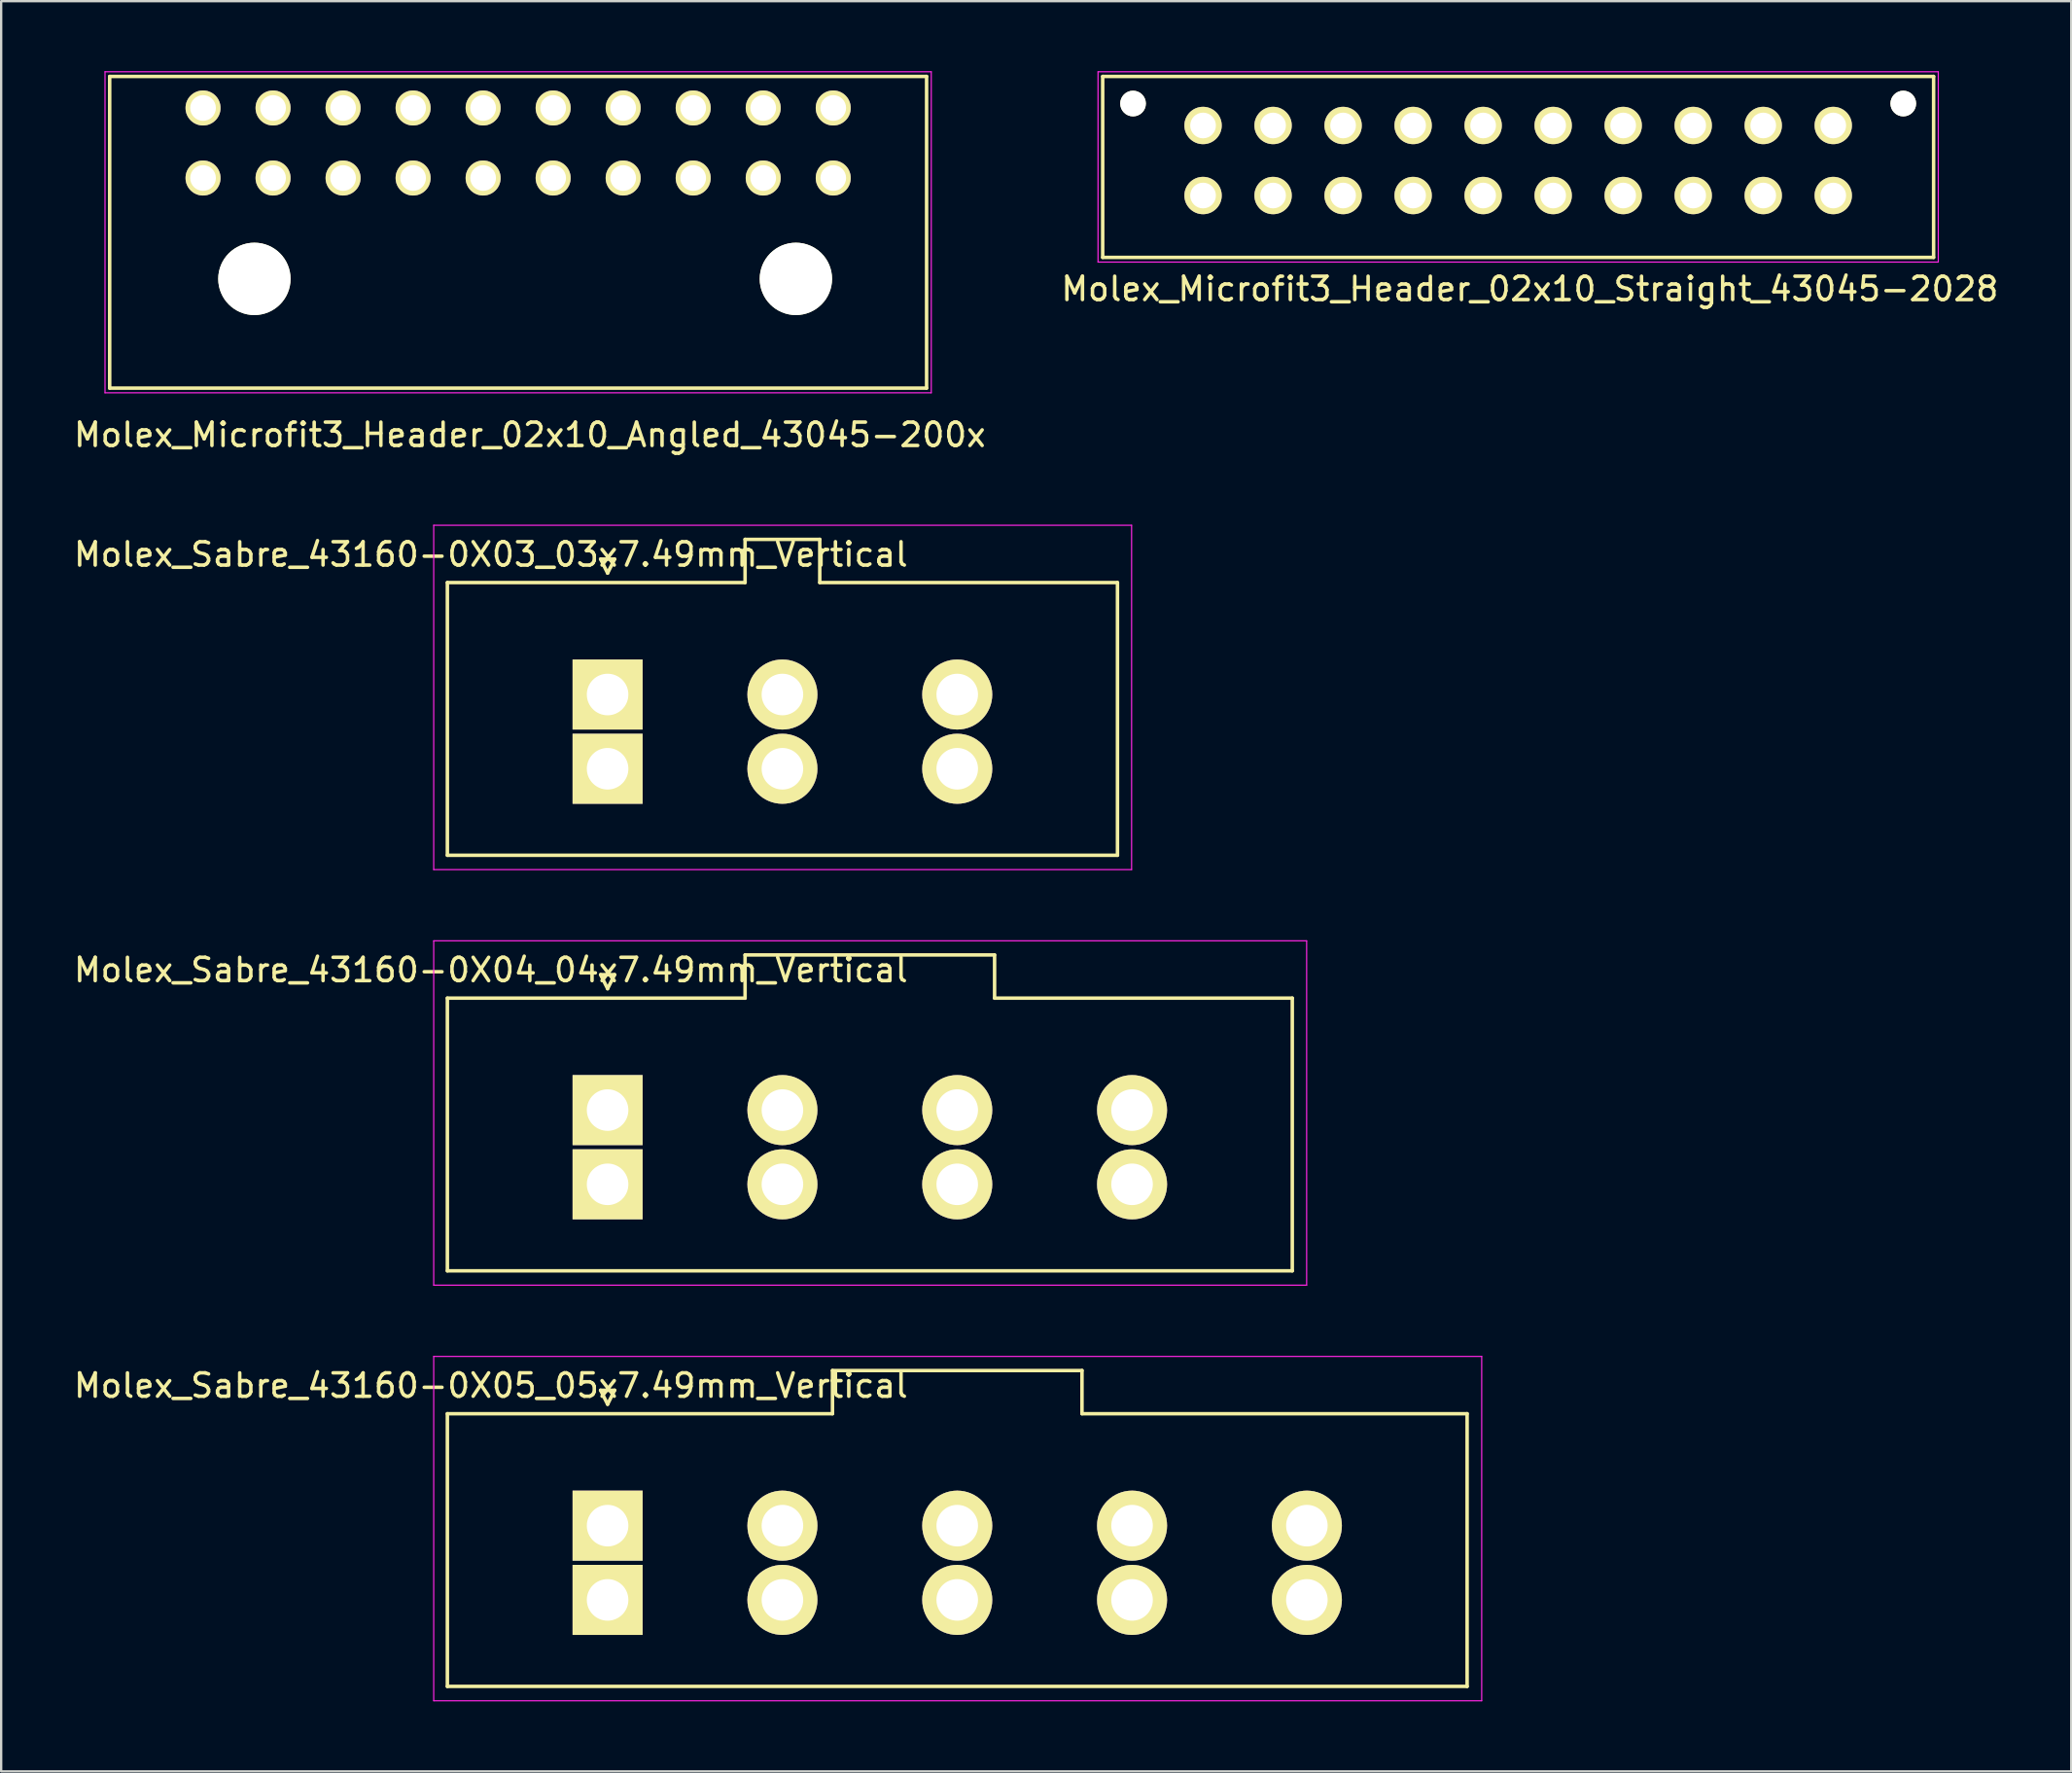
<source format=kicad_pcb>
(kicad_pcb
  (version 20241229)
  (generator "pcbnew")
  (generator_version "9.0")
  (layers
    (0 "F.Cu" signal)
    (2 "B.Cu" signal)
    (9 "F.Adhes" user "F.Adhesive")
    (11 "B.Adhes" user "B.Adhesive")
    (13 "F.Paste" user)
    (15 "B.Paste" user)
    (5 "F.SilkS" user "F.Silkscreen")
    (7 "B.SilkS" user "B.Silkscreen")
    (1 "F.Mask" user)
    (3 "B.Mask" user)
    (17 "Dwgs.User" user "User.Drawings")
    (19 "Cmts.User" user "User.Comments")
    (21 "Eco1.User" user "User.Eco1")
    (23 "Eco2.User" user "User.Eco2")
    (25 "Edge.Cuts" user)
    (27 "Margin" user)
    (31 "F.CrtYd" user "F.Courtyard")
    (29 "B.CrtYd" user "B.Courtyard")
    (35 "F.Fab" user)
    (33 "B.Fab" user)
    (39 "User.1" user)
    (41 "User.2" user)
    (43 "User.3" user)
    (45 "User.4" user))
  (footprint "Molex_Microfit3_Header_02x10_Straight_43045-2028"
    (layer "F.Cu")
    (at 75.494 5.325)
    (property "Reference" "Molex_Microfit3_Header_02x10_Straight_43045-2028" (at -13 4 0) (layer "F.SilkS") (effects (font (size 1 1) (thickness 0.15))))
    (attr through_hole)
    (fp_line (start -31.3 2.65) (end -31.3 -5.1) (stroke (width 0.15) (type solid)) (layer "F.SilkS"))
    (fp_line (start 4.3 -5.1) (end -31.3 -5.1) (stroke (width 0.15) (type solid)) (layer "F.SilkS"))
    (fp_line (start 4.3 2.65) (end -31.3 2.65) (stroke (width 0.15) (type solid)) (layer "F.SilkS"))
    (fp_line (start 4.3 2.65) (end 4.3 -5.1) (stroke (width 0.15) (type solid)) (layer "F.SilkS"))
    (fp_line (start -31.5 2.85) (end -31.5 -5.3) (stroke (width 0.05) (type solid)) (layer "F.CrtYd"))
    (fp_line (start 4.5 -5.3) (end -31.5 -5.3) (stroke (width 0.05) (type solid)) (layer "F.CrtYd"))
    (fp_line (start 4.5 2.85) (end -31.5 2.85) (stroke (width 0.05) (type solid)) (layer "F.CrtYd"))
    (fp_line (start 4.5 2.85) (end 4.5 -5.3) (stroke (width 0.05) (type solid)) (layer "F.CrtYd"))
    (pad "" np_thru_hole circle (at -30 -3.94) (size 1.1 1.1) (drill 1.1) (layers "*.Cu" "*.Mask" "F.SilkS"))
    (pad "" np_thru_hole circle (at 3 -3.94) (size 1.1 1.1) (drill 1.1) (layers "*.Cu" "*.Mask" "F.SilkS"))
    (pad "1" thru_hole circle (at 0 0) (size 1.6 1.6) (drill 1.1) (layers "*.Cu" "*.Mask" "F.SilkS"))
    (pad "2" thru_hole circle (at -3 0) (size 1.6 1.6) (drill 1.1) (layers "*.Cu" "*.Mask" "F.SilkS"))
    (pad "3" thru_hole circle (at -6 0) (size 1.6 1.6) (drill 1.1) (layers "*.Cu" "*.Mask" "F.SilkS"))
    (pad "4" thru_hole circle (at -9 0) (size 1.6 1.6) (drill 1.1) (layers "*.Cu" "*.Mask" "F.SilkS"))
    (pad "5" thru_hole circle (at -12 0) (size 1.6 1.6) (drill 1.1) (layers "*.Cu" "*.Mask" "F.SilkS"))
    (pad "6" thru_hole circle (at -15 0) (size 1.6 1.6) (drill 1.1) (layers "*.Cu" "*.Mask" "F.SilkS"))
    (pad "7" thru_hole circle (at -18 0) (size 1.6 1.6) (drill 1.1) (layers "*.Cu" "*.Mask" "F.SilkS"))
    (pad "8" thru_hole circle (at -21 0) (size 1.6 1.6) (drill 1.1) (layers "*.Cu" "*.Mask" "F.SilkS"))
    (pad "9" thru_hole circle (at -24 0) (size 1.6 1.6) (drill 1.1) (layers "*.Cu" "*.Mask" "F.SilkS"))
    (pad "10" thru_hole circle (at -27 0) (size 1.6 1.6) (drill 1.1) (layers "*.Cu" "*.Mask" "F.SilkS"))
    (pad "11" thru_hole circle (at 0 -3) (size 1.6 1.6) (drill 1.1) (layers "*.Cu" "*.Mask" "F.SilkS"))
    (pad "12" thru_hole circle (at -3 -3) (size 1.6 1.6) (drill 1.1) (layers "*.Cu" "*.Mask" "F.SilkS"))
    (pad "13" thru_hole circle (at -6 -3) (size 1.6 1.6) (drill 1.1) (layers "*.Cu" "*.Mask" "F.SilkS"))
    (pad "14" thru_hole circle (at -9 -3) (size 1.6 1.6) (drill 1.1) (layers "*.Cu" "*.Mask" "F.SilkS"))
    (pad "15" thru_hole circle (at -12 -3) (size 1.6 1.6) (drill 1.1) (layers "*.Cu" "*.Mask" "F.SilkS"))
    (pad "16" thru_hole circle (at -15 -3) (size 1.6 1.6) (drill 1.1) (layers "*.Cu" "*.Mask" "F.SilkS"))
    (pad "17" thru_hole circle (at -18 -3) (size 1.6 1.6) (drill 1.1) (layers "*.Cu" "*.Mask" "F.SilkS"))
    (pad "18" thru_hole circle (at -21 -3) (size 1.6 1.6) (drill 1.1) (layers "*.Cu" "*.Mask" "F.SilkS"))
    (pad "19" thru_hole circle (at -24 -3) (size 1.6 1.6) (drill 1.1) (layers "*.Cu" "*.Mask" "F.SilkS"))
    (pad "20" thru_hole circle (at -27 -3) (size 1.6 1.6) (drill 1.1) (layers "*.Cu" "*.Mask" "F.SilkS")))
  (footprint "Molex_Sabre_43160-0X03_03x7.49mm_Vertical"
    (layer "F.Cu")
    (at 22.982 26.698)
    (property "Reference" "Molex_Sabre_43160-0X03_03x7.49mm_Vertical" (at -5 -6 0) (layer "F.SilkS") (effects (font (size 1 1) (thickness 0.15))))
    (attr through_hole)
    (fp_line (start -6.865 -4.795) (end 5.89 -4.795) (stroke (width 0.15) (type solid)) (layer "F.SilkS"))
    (fp_line (start -6.865 6.885) (end -6.865 -4.795) (stroke (width 0.15) (type solid)) (layer "F.SilkS"))
    (fp_line (start -0.3 -5.8) (end 0 -5.2) (stroke (width 0.15) (type solid)) (layer "F.SilkS"))
    (fp_line (start 0 -5.2) (end 0.3 -5.8) (stroke (width 0.15) (type solid)) (layer "F.SilkS"))
    (fp_line (start 0.3 -5.8) (end -0.3 -5.8) (stroke (width 0.15) (type solid)) (layer "F.SilkS"))
    (fp_line (start 5.89 -6.645) (end 9.09 -6.645) (stroke (width 0.15) (type solid)) (layer "F.SilkS"))
    (fp_line (start 5.89 -4.795) (end 5.89 -6.645) (stroke (width 0.15) (type solid)) (layer "F.SilkS"))
    (fp_line (start 9.09 -6.645) (end 9.09 -4.795) (stroke (width 0.15) (type solid)) (layer "F.SilkS"))
    (fp_line (start 9.09 -4.795) (end 21.845 -4.795) (stroke (width 0.15) (type solid)) (layer "F.SilkS"))
    (fp_line (start 21.845 -4.795) (end 21.845 6.885) (stroke (width 0.15) (type solid)) (layer "F.SilkS"))
    (fp_line (start 21.845 6.885) (end -6.865 6.885) (stroke (width 0.15) (type solid)) (layer "F.SilkS"))
    (fp_line (start -7.45 -7.25) (end -7.45 7.5) (stroke (width 0.05) (type solid)) (layer "F.CrtYd"))
    (fp_line (start -7.45 7.5) (end 22.45 7.5) (stroke (width 0.05) (type solid)) (layer "F.CrtYd"))
    (fp_line (start 22.45 -7.25) (end -7.45 -7.25) (stroke (width 0.05) (type solid)) (layer "F.CrtYd"))
    (fp_line (start 22.45 7.5) (end 22.45 -7.25) (stroke (width 0.05) (type solid)) (layer "F.CrtYd"))
    (pad "1" thru_hole rect (at 0 0) (size 3 3) (drill 1.78) (layers "*.Cu" "*.Mask" "F.SilkS"))
    (pad "1" thru_hole rect (at 0 3.18) (size 3 3) (drill 1.78) (layers "*.Cu" "*.Mask" "F.SilkS"))
    (pad "2" thru_hole circle (at 7.49 0) (size 3 3) (drill 1.78) (layers "*.Cu" "*.Mask" "F.SilkS"))
    (pad "2" thru_hole circle (at 7.49 3.18) (size 3 3) (drill 1.78) (layers "*.Cu" "*.Mask" "F.SilkS"))
    (pad "3" thru_hole circle (at 14.98 0) (size 3 3) (drill 1.78) (layers "*.Cu" "*.Mask" "F.SilkS"))
    (pad "3" thru_hole circle (at 14.98 3.18) (size 3 3) (drill 1.78) (layers "*.Cu" "*.Mask" "F.SilkS")))
  (footprint "Molex_Microfit3_Header_02x10_Angled_43045-200x"
    (layer "F.Cu")
    (at 32.649 4.575)
    (property "Reference" "Molex_Microfit3_Header_02x10_Angled_43045-200x" (at -13 11 0) (layer "F.SilkS") (effects (font (size 1 1) (thickness 0.15))))
    (attr through_hole)
    (fp_line (start -31 -4.35) (end 4 -4.35) (stroke (width 0.15) (type solid)) (layer "F.SilkS"))
    (fp_line (start -31 9) (end -31 -4.35) (stroke (width 0.15) (type solid)) (layer "F.SilkS"))
    (fp_line (start 4 -4.35) (end 4 9) (stroke (width 0.15) (type solid)) (layer "F.SilkS"))
    (fp_line (start 4 9) (end -31 9) (stroke (width 0.15) (type solid)) (layer "F.SilkS"))
    (fp_line (start -31.2 -4.55) (end -31.2 9.2) (stroke (width 0.05) (type solid)) (layer "F.CrtYd"))
    (fp_line (start -31.2 9.2) (end 4.2 9.2) (stroke (width 0.05) (type solid)) (layer "F.CrtYd"))
    (fp_line (start 4.2 -4.55) (end -31.2 -4.55) (stroke (width 0.05) (type solid)) (layer "F.CrtYd"))
    (fp_line (start 4.2 9.2) (end 4.2 -4.55) (stroke (width 0.05) (type solid)) (layer "F.CrtYd"))
    (pad "" np_thru_hole circle (at -24.8 4.32) (size 3.1 3.1) (drill 3.1) (layers "*.Cu" "*.Mask" "F.SilkS"))
    (pad "" np_thru_hole circle (at -1.6 4.32) (size 3.1 3.1) (drill 3.1) (layers "*.Cu" "*.Mask" "F.SilkS"))
    (pad "1" thru_hole circle (at 0 0) (size 1.5 1.5) (drill 1.1) (layers "*.Cu" "*.Mask" "F.SilkS"))
    (pad "2" thru_hole circle (at -3 0) (size 1.5 1.5) (drill 1.1) (layers "*.Cu" "*.Mask" "F.SilkS"))
    (pad "3" thru_hole circle (at -6 0) (size 1.5 1.5) (drill 1.1) (layers "*.Cu" "*.Mask" "F.SilkS"))
    (pad "4" thru_hole circle (at -9 0) (size 1.5 1.5) (drill 1.1) (layers "*.Cu" "*.Mask" "F.SilkS"))
    (pad "5" thru_hole circle (at -12 0) (size 1.5 1.5) (drill 1.1) (layers "*.Cu" "*.Mask" "F.SilkS"))
    (pad "6" thru_hole circle (at -15 0) (size 1.5 1.5) (drill 1.1) (layers "*.Cu" "*.Mask" "F.SilkS"))
    (pad "7" thru_hole circle (at -18 0) (size 1.5 1.5) (drill 1.1) (layers "*.Cu" "*.Mask" "F.SilkS"))
    (pad "8" thru_hole circle (at -21 0) (size 1.5 1.5) (drill 1.1) (layers "*.Cu" "*.Mask" "F.SilkS"))
    (pad "9" thru_hole circle (at -24 0) (size 1.5 1.5) (drill 1.1) (layers "*.Cu" "*.Mask" "F.SilkS"))
    (pad "10" thru_hole circle (at -27 0) (size 1.5 1.5) (drill 1.1) (layers "*.Cu" "*.Mask" "F.SilkS"))
    (pad "11" thru_hole circle (at 0 -3) (size 1.5 1.5) (drill 1.1) (layers "*.Cu" "*.Mask" "F.SilkS"))
    (pad "12" thru_hole circle (at -3 -3) (size 1.5 1.5) (drill 1.1) (layers "*.Cu" "*.Mask" "F.SilkS"))
    (pad "13" thru_hole circle (at -6 -3) (size 1.5 1.5) (drill 1.1) (layers "*.Cu" "*.Mask" "F.SilkS"))
    (pad "14" thru_hole circle (at -9 -3) (size 1.5 1.5) (drill 1.1) (layers "*.Cu" "*.Mask" "F.SilkS"))
    (pad "15" thru_hole circle (at -12 -3) (size 1.5 1.5) (drill 1.1) (layers "*.Cu" "*.Mask" "F.SilkS"))
    (pad "16" thru_hole circle (at -15 -3) (size 1.5 1.5) (drill 1.1) (layers "*.Cu" "*.Mask" "F.SilkS"))
    (pad "17" thru_hole circle (at -18 -3) (size 1.5 1.5) (drill 1.1) (layers "*.Cu" "*.Mask" "F.SilkS"))
    (pad "18" thru_hole circle (at -21 -3) (size 1.5 1.5) (drill 1.1) (layers "*.Cu" "*.Mask" "F.SilkS"))
    (pad "19" thru_hole circle (at -24 -3) (size 1.5 1.5) (drill 1.1) (layers "*.Cu" "*.Mask" "F.SilkS"))
    (pad "20" thru_hole circle (at -27 -3) (size 1.5 1.5) (drill 1.1) (layers "*.Cu" "*.Mask" "F.SilkS")))
  (footprint "Molex_Sabre_43160-0X05_05x7.49mm_Vertical"
    (layer "F.Cu")
    (at 22.982 62.298)
    (property "Reference" "Molex_Sabre_43160-0X05_05x7.49mm_Vertical" (at -5 -6 0) (layer "F.SilkS") (effects (font (size 1 1) (thickness 0.15))))
    (attr through_hole)
    (fp_line (start -6.865 -4.795) (end 9.635 -4.795) (stroke (width 0.15) (type solid)) (layer "F.SilkS"))
    (fp_line (start -6.865 6.885) (end -6.865 -4.795) (stroke (width 0.15) (type solid)) (layer "F.SilkS"))
    (fp_line (start -0.3 -5.8) (end 0 -5.2) (stroke (width 0.15) (type solid)) (layer "F.SilkS"))
    (fp_line (start 0 -5.2) (end 0.3 -5.8) (stroke (width 0.15) (type solid)) (layer "F.SilkS"))
    (fp_line (start 0.3 -5.8) (end -0.3 -5.8) (stroke (width 0.15) (type solid)) (layer "F.SilkS"))
    (fp_line (start 9.635 -6.645) (end 20.325 -6.645) (stroke (width 0.15) (type solid)) (layer "F.SilkS"))
    (fp_line (start 9.635 -4.795) (end 9.635 -6.645) (stroke (width 0.15) (type solid)) (layer "F.SilkS"))
    (fp_line (start 20.325 -6.645) (end 20.325 -4.795) (stroke (width 0.15) (type solid)) (layer "F.SilkS"))
    (fp_line (start 20.325 -4.795) (end 36.825 -4.795) (stroke (width 0.15) (type solid)) (layer "F.SilkS"))
    (fp_line (start 36.825 -4.795) (end 36.825 6.885) (stroke (width 0.15) (type solid)) (layer "F.SilkS"))
    (fp_line (start 36.825 6.885) (end -6.865 6.885) (stroke (width 0.15) (type solid)) (layer "F.SilkS"))
    (fp_line (start -7.45 -7.25) (end -7.45 7.5) (stroke (width 0.05) (type solid)) (layer "F.CrtYd"))
    (fp_line (start -7.45 7.5) (end 37.45 7.5) (stroke (width 0.05) (type solid)) (layer "F.CrtYd"))
    (fp_line (start 37.45 -7.25) (end -7.45 -7.25) (stroke (width 0.05) (type solid)) (layer "F.CrtYd"))
    (fp_line (start 37.45 7.5) (end 37.45 -7.25) (stroke (width 0.05) (type solid)) (layer "F.CrtYd"))
    (pad "1" thru_hole rect (at 0 0) (size 3 3) (drill 1.78) (layers "*.Cu" "*.Mask" "F.SilkS"))
    (pad "1" thru_hole rect (at 0 3.18) (size 3 3) (drill 1.78) (layers "*.Cu" "*.Mask" "F.SilkS"))
    (pad "2" thru_hole circle (at 7.49 0) (size 3 3) (drill 1.78) (layers "*.Cu" "*.Mask" "F.SilkS"))
    (pad "2" thru_hole circle (at 7.49 3.18) (size 3 3) (drill 1.78) (layers "*.Cu" "*.Mask" "F.SilkS"))
    (pad "3" thru_hole circle (at 14.98 0) (size 3 3) (drill 1.78) (layers "*.Cu" "*.Mask" "F.SilkS"))
    (pad "3" thru_hole circle (at 14.98 3.18) (size 3 3) (drill 1.78) (layers "*.Cu" "*.Mask" "F.SilkS"))
    (pad "4" thru_hole circle (at 22.47 0) (size 3 3) (drill 1.78) (layers "*.Cu" "*.Mask" "F.SilkS"))
    (pad "4" thru_hole circle (at 22.47 3.18) (size 3 3) (drill 1.78) (layers "*.Cu" "*.Mask" "F.SilkS"))
    (pad "5" thru_hole circle (at 29.96 0) (size 3 3) (drill 1.78) (layers "*.Cu" "*.Mask" "F.SilkS"))
    (pad "5" thru_hole circle (at 29.96 3.18) (size 3 3) (drill 1.78) (layers "*.Cu" "*.Mask" "F.SilkS")))
  (footprint "Molex_Sabre_43160-0X04_04x7.49mm_Vertical"
    (layer "F.Cu")
    (at 22.982 44.498)
    (property "Reference" "Molex_Sabre_43160-0X04_04x7.49mm_Vertical" (at -5 -6 0) (layer "F.SilkS") (effects (font (size 1 1) (thickness 0.15))))
    (attr through_hole)
    (fp_line (start -6.865 -4.795) (end 5.89 -4.795) (stroke (width 0.15) (type solid)) (layer "F.SilkS"))
    (fp_line (start -6.865 6.885) (end -6.865 -4.795) (stroke (width 0.15) (type solid)) (layer "F.SilkS"))
    (fp_line (start -0.3 -5.8) (end 0 -5.2) (stroke (width 0.15) (type solid)) (layer "F.SilkS"))
    (fp_line (start 0 -5.2) (end 0.3 -5.8) (stroke (width 0.15) (type solid)) (layer "F.SilkS"))
    (fp_line (start 0.3 -5.8) (end -0.3 -5.8) (stroke (width 0.15) (type solid)) (layer "F.SilkS"))
    (fp_line (start 5.89 -6.645) (end 16.58 -6.645) (stroke (width 0.15) (type solid)) (layer "F.SilkS"))
    (fp_line (start 5.89 -4.795) (end 5.89 -6.645) (stroke (width 0.15) (type solid)) (layer "F.SilkS"))
    (fp_line (start 16.58 -6.645) (end 16.58 -4.795) (stroke (width 0.15) (type solid)) (layer "F.SilkS"))
    (fp_line (start 16.58 -4.795) (end 29.335 -4.795) (stroke (width 0.15) (type solid)) (layer "F.SilkS"))
    (fp_line (start 29.335 -4.795) (end 29.335 6.885) (stroke (width 0.15) (type solid)) (layer "F.SilkS"))
    (fp_line (start 29.335 6.885) (end -6.865 6.885) (stroke (width 0.15) (type solid)) (layer "F.SilkS"))
    (fp_line (start -7.45 -7.25) (end -7.45 7.5) (stroke (width 0.05) (type solid)) (layer "F.CrtYd"))
    (fp_line (start -7.45 7.5) (end 29.95 7.5) (stroke (width 0.05) (type solid)) (layer "F.CrtYd"))
    (fp_line (start 29.95 -7.25) (end -7.45 -7.25) (stroke (width 0.05) (type solid)) (layer "F.CrtYd"))
    (fp_line (start 29.95 7.5) (end 29.95 -7.25) (stroke (width 0.05) (type solid)) (layer "F.CrtYd"))
    (pad "1" thru_hole rect (at 0 0) (size 3 3) (drill 1.78) (layers "*.Cu" "*.Mask" "F.SilkS"))
    (pad "1" thru_hole rect (at 0 3.18) (size 3 3) (drill 1.78) (layers "*.Cu" "*.Mask" "F.SilkS"))
    (pad "2" thru_hole circle (at 7.49 0) (size 3 3) (drill 1.78) (layers "*.Cu" "*.Mask" "F.SilkS"))
    (pad "2" thru_hole circle (at 7.49 3.18) (size 3 3) (drill 1.78) (layers "*.Cu" "*.Mask" "F.SilkS"))
    (pad "3" thru_hole circle (at 14.98 0) (size 3 3) (drill 1.78) (layers "*.Cu" "*.Mask" "F.SilkS"))
    (pad "3" thru_hole circle (at 14.98 3.18) (size 3 3) (drill 1.78) (layers "*.Cu" "*.Mask" "F.SilkS"))
    (pad "4" thru_hole circle (at 22.47 0) (size 3 3) (drill 1.78) (layers "*.Cu" "*.Mask" "F.SilkS"))
    (pad "4" thru_hole circle (at 22.47 3.18) (size 3 3) (drill 1.78) (layers "*.Cu" "*.Mask" "F.SilkS")))
  (gr_rect
    (start -3 -3)
    (end 85.69 72.823)
    (stroke (width 0.1) (type default))
    (fill no)
    (layer "Edge.Cuts")))
</source>
